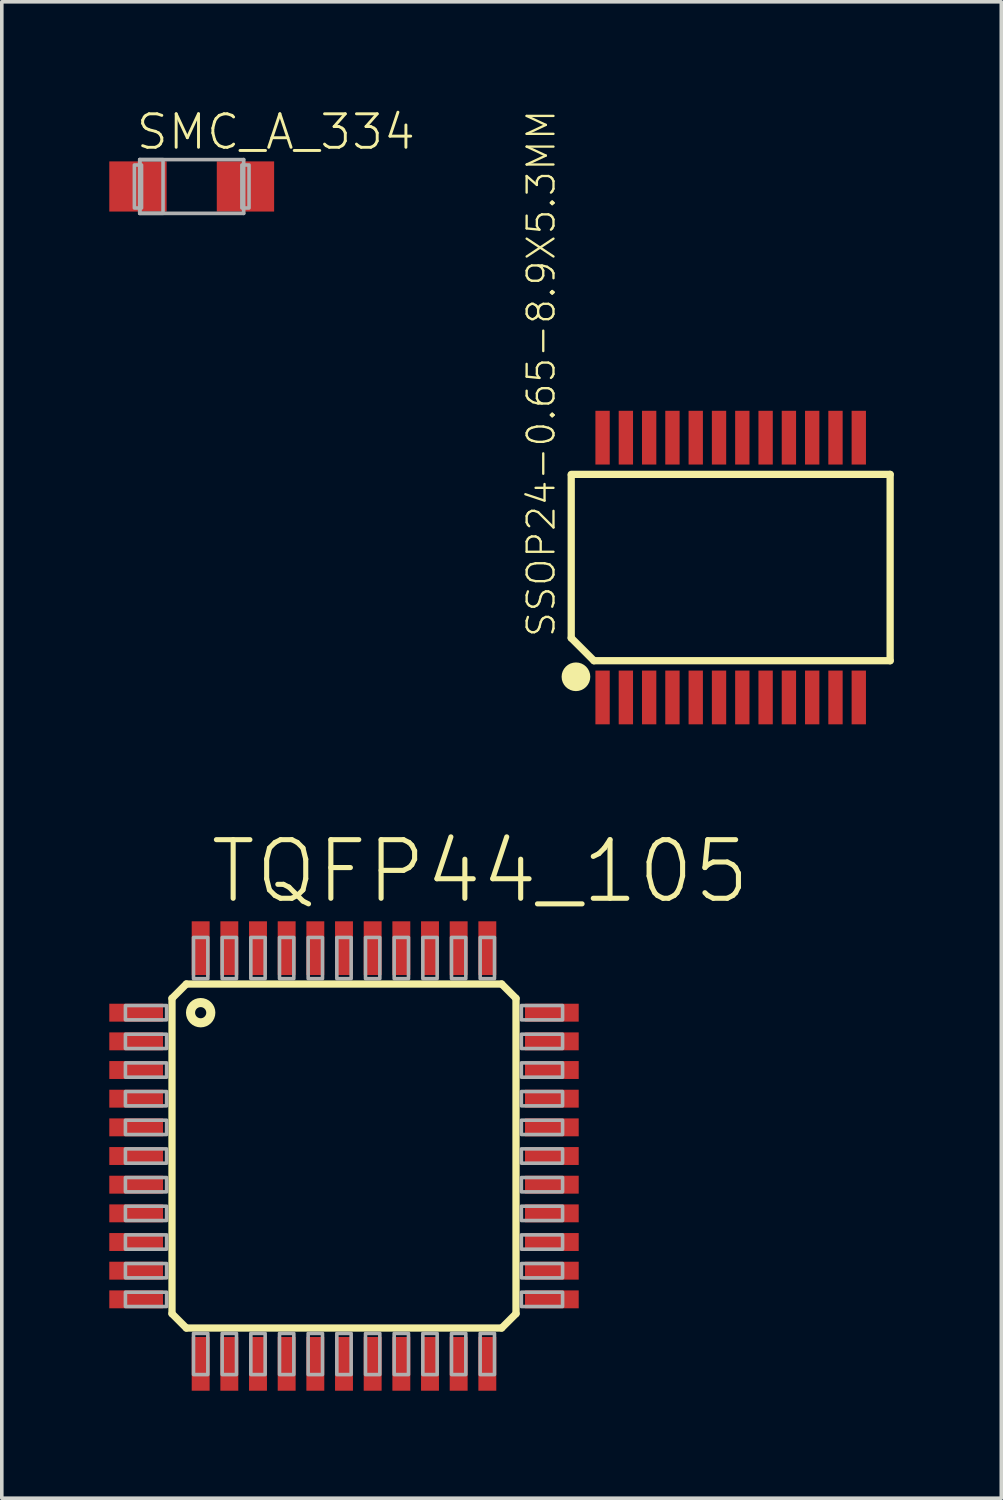
<source format=kicad_pcb>
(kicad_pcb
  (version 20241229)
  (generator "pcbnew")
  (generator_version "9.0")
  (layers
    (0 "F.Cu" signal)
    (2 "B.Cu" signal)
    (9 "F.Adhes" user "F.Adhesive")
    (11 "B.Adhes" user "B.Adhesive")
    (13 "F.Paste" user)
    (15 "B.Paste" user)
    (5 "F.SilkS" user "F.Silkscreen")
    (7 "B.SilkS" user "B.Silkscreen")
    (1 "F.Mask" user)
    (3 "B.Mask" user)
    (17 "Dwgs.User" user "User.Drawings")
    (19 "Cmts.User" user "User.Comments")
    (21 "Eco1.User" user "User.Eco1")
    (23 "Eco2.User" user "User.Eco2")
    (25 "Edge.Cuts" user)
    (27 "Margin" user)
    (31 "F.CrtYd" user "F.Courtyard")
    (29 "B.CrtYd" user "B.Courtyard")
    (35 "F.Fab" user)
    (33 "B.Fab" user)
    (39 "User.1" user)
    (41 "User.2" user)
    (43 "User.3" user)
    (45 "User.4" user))
  (footprint "SMC_A_334"
    (layer "F.Cu")
    (at 2.3 2.154)
    (property "Reference" "SMC_A_334" (at -1.6 -0.975 0) (unlocked yes) (layer "F.SilkS") (effects (font (size 0.935 0.935) (thickness 0.081)) (justify left bottom)))
    (fp_line (start -1.45 -0.75) (end 1.45 -0.75) (stroke (width 0.102) (type solid)) (layer "F.Fab"))
    (fp_line (start -1.45 0.75) (end -1.45 -0.75) (stroke (width 0.102) (type solid)) (layer "F.Fab"))
    (fp_line (start 1.45 -0.75) (end 1.45 0.75) (stroke (width 0.102) (type solid)) (layer "F.Fab"))
    (fp_line (start 1.45 0.75) (end -1.45 0.75) (stroke (width 0.102) (type solid)) (layer "F.Fab"))
    (fp_poly (pts (xy -1.6 0.6) (xy -1.4 0.6) (xy -1.4 -0.6) (xy -1.6 -0.6)) (stroke (width 0.1) (type default)) (fill no) (layer "F.Fab"))
    (fp_poly (pts (xy -1.45 0.75) (xy -0.8 0.75) (xy -0.8 -0.75) (xy -1.45 -0.75)) (stroke (width 0.1) (type default)) (fill no) (layer "F.Fab"))
    (fp_poly (pts (xy 1.6 -0.6) (xy 1.4 -0.6) (xy 1.4 0.6) (xy 1.6 0.6)) (stroke (width 0.1) (type default)) (fill no) (layer "F.Fab"))
    (pad "+" smd rect (at -1.5 0) (size 1.6 1.4) (layers "F.Cu" "F.Mask" "F.Paste"))
    (pad "-" smd rect (at 1.5 0 180) (size 1.6 1.4) (layers "F.Cu" "F.Mask" "F.Paste")))
  (footprint "TQFP44_105"
    (layer "F.Cu")
    (at 6.55 29.211)
    (property "Reference" "TQFP44_105" (at -3.81 -6.985 0) (unlocked yes) (layer "F.SilkS") (effects (font (size 1.636 1.636) (thickness 0.142)) (justify left bottom)))
    (fp_line (start -4.8 -4.4) (end -4.4 -4.8) (stroke (width 0.203) (type solid)) (layer "F.SilkS"))
    (fp_line (start -4.8 4.4) (end -4.8 -4.4) (stroke (width 0.203) (type solid)) (layer "F.SilkS"))
    (fp_line (start -4.4 -4.8) (end 4.4 -4.8) (stroke (width 0.203) (type solid)) (layer "F.SilkS"))
    (fp_line (start -4.4 4.8) (end -4.8 4.4) (stroke (width 0.203) (type solid)) (layer "F.SilkS"))
    (fp_line (start 4.4 -4.8) (end 4.8 -4.4) (stroke (width 0.203) (type solid)) (layer "F.SilkS"))
    (fp_line (start 4.4 4.8) (end -4.4 4.8) (stroke (width 0.203) (type solid)) (layer "F.SilkS"))
    (fp_line (start 4.8 -4.4) (end 4.8 4.4) (stroke (width 0.203) (type solid)) (layer "F.SilkS"))
    (fp_line (start 4.8 4.4) (end 4.4 4.8) (stroke (width 0.203) (type solid)) (layer "F.SilkS"))
    (fp_circle (center -4 -4) (end -3.717 -4) (stroke (width 0.254) (type solid)) (fill no) (layer "F.SilkS"))
    (fp_poly (pts (xy -6.1 -3.8) (xy -4.95 -3.8) (xy -4.95 -4.2) (xy -6.1 -4.2)) (stroke (width 0.1) (type default)) (fill no) (layer "F.Fab"))
    (fp_poly (pts (xy -6.1 -3) (xy -4.95 -3) (xy -4.95 -3.4) (xy -6.1 -3.4)) (stroke (width 0.1) (type default)) (fill no) (layer "F.Fab"))
    (fp_poly (pts (xy -6.1 -2.2) (xy -4.95 -2.2) (xy -4.95 -2.6) (xy -6.1 -2.6)) (stroke (width 0.1) (type default)) (fill no) (layer "F.Fab"))
    (fp_poly (pts (xy -6.1 -1.4) (xy -4.95 -1.4) (xy -4.95 -1.8) (xy -6.1 -1.8)) (stroke (width 0.1) (type default)) (fill no) (layer "F.Fab"))
    (fp_poly (pts (xy -6.1 -0.6) (xy -4.95 -0.6) (xy -4.95 -1) (xy -6.1 -1)) (stroke (width 0.1) (type default)) (fill no) (layer "F.Fab"))
    (fp_poly (pts (xy -6.1 0.2) (xy -4.95 0.2) (xy -4.95 -0.2) (xy -6.1 -0.2)) (stroke (width 0.1) (type default)) (fill no) (layer "F.Fab"))
    (fp_poly (pts (xy -6.1 1) (xy -4.95 1) (xy -4.95 0.6) (xy -6.1 0.6)) (stroke (width 0.1) (type default)) (fill no) (layer "F.Fab"))
    (fp_poly (pts (xy -6.1 1.8) (xy -4.95 1.8) (xy -4.95 1.4) (xy -6.1 1.4)) (stroke (width 0.1) (type default)) (fill no) (layer "F.Fab"))
    (fp_poly (pts (xy -6.1 2.6) (xy -4.95 2.6) (xy -4.95 2.2) (xy -6.1 2.2)) (stroke (width 0.1) (type default)) (fill no) (layer "F.Fab"))
    (fp_poly (pts (xy -6.1 3.4) (xy -4.95 3.4) (xy -4.95 3) (xy -6.1 3)) (stroke (width 0.1) (type default)) (fill no) (layer "F.Fab"))
    (fp_poly (pts (xy -6.1 4.2) (xy -4.95 4.2) (xy -4.95 3.8) (xy -6.1 3.8)) (stroke (width 0.1) (type default)) (fill no) (layer "F.Fab"))
    (fp_poly (pts (xy -4.2 -4.95) (xy -3.8 -4.95) (xy -3.8 -6.1) (xy -4.2 -6.1)) (stroke (width 0.1) (type default)) (fill no) (layer "F.Fab"))
    (fp_poly (pts (xy -4.2 6.1) (xy -3.8 6.1) (xy -3.8 4.95) (xy -4.2 4.95)) (stroke (width 0.1) (type default)) (fill no) (layer "F.Fab"))
    (fp_poly (pts (xy -3.4 -4.95) (xy -3 -4.95) (xy -3 -6.1) (xy -3.4 -6.1)) (stroke (width 0.1) (type default)) (fill no) (layer "F.Fab"))
    (fp_poly (pts (xy -3.4 6.1) (xy -3 6.1) (xy -3 4.95) (xy -3.4 4.95)) (stroke (width 0.1) (type default)) (fill no) (layer "F.Fab"))
    (fp_poly (pts (xy -2.6 -4.95) (xy -2.2 -4.95) (xy -2.2 -6.1) (xy -2.6 -6.1)) (stroke (width 0.1) (type default)) (fill no) (layer "F.Fab"))
    (fp_poly (pts (xy -2.6 6.1) (xy -2.2 6.1) (xy -2.2 4.95) (xy -2.6 4.95)) (stroke (width 0.1) (type default)) (fill no) (layer "F.Fab"))
    (fp_poly (pts (xy -1.8 -4.95) (xy -1.4 -4.95) (xy -1.4 -6.1) (xy -1.8 -6.1)) (stroke (width 0.1) (type default)) (fill no) (layer "F.Fab"))
    (fp_poly (pts (xy -1.8 6.1) (xy -1.4 6.1) (xy -1.4 4.95) (xy -1.8 4.95)) (stroke (width 0.1) (type default)) (fill no) (layer "F.Fab"))
    (fp_poly (pts (xy -1 -4.95) (xy -0.6 -4.95) (xy -0.6 -6.1) (xy -1 -6.1)) (stroke (width 0.1) (type default)) (fill no) (layer "F.Fab"))
    (fp_poly (pts (xy -1 6.1) (xy -0.6 6.1) (xy -0.6 4.95) (xy -1 4.95)) (stroke (width 0.1) (type default)) (fill no) (layer "F.Fab"))
    (fp_poly (pts (xy -0.2 -4.95) (xy 0.2 -4.95) (xy 0.2 -6.1) (xy -0.2 -6.1)) (stroke (width 0.1) (type default)) (fill no) (layer "F.Fab"))
    (fp_poly (pts (xy -0.2 6.1) (xy 0.2 6.1) (xy 0.2 4.95) (xy -0.2 4.95)) (stroke (width 0.1) (type default)) (fill no) (layer "F.Fab"))
    (fp_poly (pts (xy 0.6 -4.95) (xy 1 -4.95) (xy 1 -6.1) (xy 0.6 -6.1)) (stroke (width 0.1) (type default)) (fill no) (layer "F.Fab"))
    (fp_poly (pts (xy 0.6 6.1) (xy 1 6.1) (xy 1 4.95) (xy 0.6 4.95)) (stroke (width 0.1) (type default)) (fill no) (layer "F.Fab"))
    (fp_poly (pts (xy 1.4 -4.95) (xy 1.8 -4.95) (xy 1.8 -6.1) (xy 1.4 -6.1)) (stroke (width 0.1) (type default)) (fill no) (layer "F.Fab"))
    (fp_poly (pts (xy 1.4 6.1) (xy 1.8 6.1) (xy 1.8 4.95) (xy 1.4 4.95)) (stroke (width 0.1) (type default)) (fill no) (layer "F.Fab"))
    (fp_poly (pts (xy 2.2 -4.95) (xy 2.6 -4.95) (xy 2.6 -6.1) (xy 2.2 -6.1)) (stroke (width 0.1) (type default)) (fill no) (layer "F.Fab"))
    (fp_poly (pts (xy 2.2 6.1) (xy 2.6 6.1) (xy 2.6 4.95) (xy 2.2 4.95)) (stroke (width 0.1) (type default)) (fill no) (layer "F.Fab"))
    (fp_poly (pts (xy 3 -4.95) (xy 3.4 -4.95) (xy 3.4 -6.1) (xy 3 -6.1)) (stroke (width 0.1) (type default)) (fill no) (layer "F.Fab"))
    (fp_poly (pts (xy 3 6.1) (xy 3.4 6.1) (xy 3.4 4.95) (xy 3 4.95)) (stroke (width 0.1) (type default)) (fill no) (layer "F.Fab"))
    (fp_poly (pts (xy 3.8 -4.95) (xy 4.2 -4.95) (xy 4.2 -6.1) (xy 3.8 -6.1)) (stroke (width 0.1) (type default)) (fill no) (layer "F.Fab"))
    (fp_poly (pts (xy 3.8 6.1) (xy 4.2 6.1) (xy 4.2 4.95) (xy 3.8 4.95)) (stroke (width 0.1) (type default)) (fill no) (layer "F.Fab"))
    (fp_poly (pts (xy 4.95 -3.8) (xy 6.1 -3.8) (xy 6.1 -4.2) (xy 4.95 -4.2)) (stroke (width 0.1) (type default)) (fill no) (layer "F.Fab"))
    (fp_poly (pts (xy 4.95 -3) (xy 6.1 -3) (xy 6.1 -3.4) (xy 4.95 -3.4)) (stroke (width 0.1) (type default)) (fill no) (layer "F.Fab"))
    (fp_poly (pts (xy 4.95 -2.2) (xy 6.1 -2.2) (xy 6.1 -2.6) (xy 4.95 -2.6)) (stroke (width 0.1) (type default)) (fill no) (layer "F.Fab"))
    (fp_poly (pts (xy 4.95 -1.4) (xy 6.1 -1.4) (xy 6.1 -1.8) (xy 4.95 -1.8)) (stroke (width 0.1) (type default)) (fill no) (layer "F.Fab"))
    (fp_poly (pts (xy 4.95 -0.6) (xy 6.1 -0.6) (xy 6.1 -1) (xy 4.95 -1)) (stroke (width 0.1) (type default)) (fill no) (layer "F.Fab"))
    (fp_poly (pts (xy 4.95 0.2) (xy 6.1 0.2) (xy 6.1 -0.2) (xy 4.95 -0.2)) (stroke (width 0.1) (type default)) (fill no) (layer "F.Fab"))
    (fp_poly (pts (xy 4.95 1) (xy 6.1 1) (xy 6.1 0.6) (xy 4.95 0.6)) (stroke (width 0.1) (type default)) (fill no) (layer "F.Fab"))
    (fp_poly (pts (xy 4.95 1.8) (xy 6.1 1.8) (xy 6.1 1.4) (xy 4.95 1.4)) (stroke (width 0.1) (type default)) (fill no) (layer "F.Fab"))
    (fp_poly (pts (xy 4.95 2.6) (xy 6.1 2.6) (xy 6.1 2.2) (xy 4.95 2.2)) (stroke (width 0.1) (type default)) (fill no) (layer "F.Fab"))
    (fp_poly (pts (xy 4.95 3.4) (xy 6.1 3.4) (xy 6.1 3) (xy 4.95 3)) (stroke (width 0.1) (type default)) (fill no) (layer "F.Fab"))
    (fp_poly (pts (xy 4.95 4.2) (xy 6.1 4.2) (xy 6.1 3.8) (xy 4.95 3.8)) (stroke (width 0.1) (type default)) (fill no) (layer "F.Fab"))
    (pad "1" smd rect (at -5.8 -4) (size 1.5 0.5) (layers "F.Cu" "F.Mask" "F.Paste"))
    (pad "2" smd rect (at -5.8 -3.2) (size 1.5 0.5) (layers "F.Cu" "F.Mask" "F.Paste"))
    (pad "3" smd rect (at -5.8 -2.4) (size 1.5 0.5) (layers "F.Cu" "F.Mask" "F.Paste"))
    (pad "4" smd rect (at -5.8 -1.6) (size 1.5 0.5) (layers "F.Cu" "F.Mask" "F.Paste"))
    (pad "5" smd rect (at -5.8 -0.8) (size 1.5 0.5) (layers "F.Cu" "F.Mask" "F.Paste"))
    (pad "6" smd rect (at -5.8 0) (size 1.5 0.5) (layers "F.Cu" "F.Mask" "F.Paste"))
    (pad "7" smd rect (at -5.8 0.8) (size 1.5 0.5) (layers "F.Cu" "F.Mask" "F.Paste"))
    (pad "8" smd rect (at -5.8 1.6) (size 1.5 0.5) (layers "F.Cu" "F.Mask" "F.Paste"))
    (pad "9" smd rect (at -5.8 2.4) (size 1.5 0.5) (layers "F.Cu" "F.Mask" "F.Paste"))
    (pad "10" smd rect (at -5.8 3.2) (size 1.5 0.5) (layers "F.Cu" "F.Mask" "F.Paste"))
    (pad "11" smd rect (at -5.8 4) (size 1.5 0.5) (layers "F.Cu" "F.Mask" "F.Paste"))
    (pad "12" smd rect (at -4 5.8) (size 0.5 1.5) (layers "F.Cu" "F.Mask" "F.Paste"))
    (pad "13" smd rect (at -3.2 5.8) (size 0.5 1.5) (layers "F.Cu" "F.Mask" "F.Paste"))
    (pad "14" smd rect (at -2.4 5.8) (size 0.5 1.5) (layers "F.Cu" "F.Mask" "F.Paste"))
    (pad "15" smd rect (at -1.6 5.8) (size 0.5 1.5) (layers "F.Cu" "F.Mask" "F.Paste"))
    (pad "16" smd rect (at -0.8 5.8) (size 0.5 1.5) (layers "F.Cu" "F.Mask" "F.Paste"))
    (pad "17" smd rect (at 0 5.8) (size 0.5 1.5) (layers "F.Cu" "F.Mask" "F.Paste"))
    (pad "18" smd rect (at 0.8 5.8) (size 0.5 1.5) (layers "F.Cu" "F.Mask" "F.Paste"))
    (pad "19" smd rect (at 1.6 5.8) (size 0.5 1.5) (layers "F.Cu" "F.Mask" "F.Paste"))
    (pad "20" smd rect (at 2.4 5.8) (size 0.5 1.5) (layers "F.Cu" "F.Mask" "F.Paste"))
    (pad "21" smd rect (at 3.2 5.8) (size 0.5 1.5) (layers "F.Cu" "F.Mask" "F.Paste"))
    (pad "22" smd rect (at 4 5.8) (size 0.5 1.5) (layers "F.Cu" "F.Mask" "F.Paste"))
    (pad "23" smd rect (at 5.8 4) (size 1.5 0.5) (layers "F.Cu" "F.Mask" "F.Paste"))
    (pad "24" smd rect (at 5.8 3.2) (size 1.5 0.5) (layers "F.Cu" "F.Mask" "F.Paste"))
    (pad "25" smd rect (at 5.8 2.4) (size 1.5 0.5) (layers "F.Cu" "F.Mask" "F.Paste"))
    (pad "26" smd rect (at 5.8 1.6) (size 1.5 0.5) (layers "F.Cu" "F.Mask" "F.Paste"))
    (pad "27" smd rect (at 5.8 0.8) (size 1.5 0.5) (layers "F.Cu" "F.Mask" "F.Paste"))
    (pad "28" smd rect (at 5.8 0) (size 1.5 0.5) (layers "F.Cu" "F.Mask" "F.Paste"))
    (pad "29" smd rect (at 5.8 -0.8) (size 1.5 0.5) (layers "F.Cu" "F.Mask" "F.Paste"))
    (pad "30" smd rect (at 5.8 -1.6) (size 1.5 0.5) (layers "F.Cu" "F.Mask" "F.Paste"))
    (pad "31" smd rect (at 5.8 -2.4) (size 1.5 0.5) (layers "F.Cu" "F.Mask" "F.Paste"))
    (pad "32" smd rect (at 5.8 -3.2) (size 1.5 0.5) (layers "F.Cu" "F.Mask" "F.Paste"))
    (pad "33" smd rect (at 5.8 -4) (size 1.5 0.5) (layers "F.Cu" "F.Mask" "F.Paste"))
    (pad "34" smd rect (at 4 -5.8) (size 0.5 1.5) (layers "F.Cu" "F.Mask" "F.Paste"))
    (pad "35" smd rect (at 3.2 -5.8) (size 0.5 1.5) (layers "F.Cu" "F.Mask" "F.Paste"))
    (pad "36" smd rect (at 2.4 -5.8) (size 0.5 1.5) (layers "F.Cu" "F.Mask" "F.Paste"))
    (pad "37" smd rect (at 1.6 -5.8) (size 0.5 1.5) (layers "F.Cu" "F.Mask" "F.Paste"))
    (pad "38" smd rect (at 0.8 -5.8) (size 0.5 1.5) (layers "F.Cu" "F.Mask" "F.Paste"))
    (pad "39" smd rect (at 0 -5.8) (size 0.5 1.5) (layers "F.Cu" "F.Mask" "F.Paste"))
    (pad "40" smd rect (at -0.8 -5.8) (size 0.5 1.5) (layers "F.Cu" "F.Mask" "F.Paste"))
    (pad "41" smd rect (at -1.6 -5.8) (size 0.5 1.5) (layers "F.Cu" "F.Mask" "F.Paste"))
    (pad "42" smd rect (at -2.4 -5.8) (size 0.5 1.5) (layers "F.Cu" "F.Mask" "F.Paste"))
    (pad "43" smd rect (at -3.2 -5.8) (size 0.5 1.5) (layers "F.Cu" "F.Mask" "F.Paste"))
    (pad "44" smd rect (at -4 -5.8) (size 0.5 1.5) (layers "F.Cu" "F.Mask" "F.Paste")))
  (footprint "SSOP24-0.65-8.9X5.3MM"
    (layer "F.Cu")
    (at 17.341 12.789)
    (property "Reference" "SSOP24-0.65-8.9X5.3MM" (at -4.85 1.991 90) (unlocked yes) (layer "F.SilkS") (effects (font (size 0.749 0.749) (thickness 0.065)) (justify left bottom)))
    (fp_line (start -4.45 -2.575) (end -4.45 1.965) (stroke (width 0.203) (type solid)) (layer "F.SilkS"))
    (fp_line (start -4.45 1.965) (end -3.815 2.6) (stroke (width 0.203) (type solid)) (layer "F.SilkS"))
    (fp_line (start -3.815 2.6) (end 4.45 2.6) (stroke (width 0.203) (type solid)) (layer "F.SilkS"))
    (fp_line (start 4.45 -2.6) (end -4.45 -2.6) (stroke (width 0.203) (type solid)) (layer "F.SilkS"))
    (fp_line (start 4.45 2.6) (end 4.45 -2.6) (stroke (width 0.203) (type solid)) (layer "F.SilkS"))
    (fp_circle (center -4.318 3.048) (end -4.118 3.048) (stroke (width 0.4) (type solid)) (fill yes) (layer "F.SilkS"))
    (pad "1" smd rect (at -3.575 3.625) (size 0.4 1.5) (layers "F.Cu" "F.Mask" "F.Paste"))
    (pad "2" smd rect (at -2.925 3.625) (size 0.4 1.5) (layers "F.Cu" "F.Mask" "F.Paste"))
    (pad "3" smd rect (at -2.275 3.625) (size 0.4 1.5) (layers "F.Cu" "F.Mask" "F.Paste"))
    (pad "4" smd rect (at -1.625 3.625) (size 0.4 1.5) (layers "F.Cu" "F.Mask" "F.Paste"))
    (pad "5" smd rect (at -0.975 3.625) (size 0.4 1.5) (layers "F.Cu" "F.Mask" "F.Paste"))
    (pad "6" smd rect (at -0.325 3.625) (size 0.4 1.5) (layers "F.Cu" "F.Mask" "F.Paste"))
    (pad "7" smd rect (at 0.325 3.625) (size 0.4 1.5) (layers "F.Cu" "F.Mask" "F.Paste"))
    (pad "8" smd rect (at 0.975 3.625) (size 0.4 1.5) (layers "F.Cu" "F.Mask" "F.Paste"))
    (pad "9" smd rect (at 1.625 3.625) (size 0.4 1.5) (layers "F.Cu" "F.Mask" "F.Paste"))
    (pad "10" smd rect (at 2.275 3.625) (size 0.4 1.5) (layers "F.Cu" "F.Mask" "F.Paste"))
    (pad "11" smd rect (at 2.925 3.625) (size 0.4 1.5) (layers "F.Cu" "F.Mask" "F.Paste"))
    (pad "12" smd rect (at 3.575 3.625) (size 0.4 1.5) (layers "F.Cu" "F.Mask" "F.Paste"))
    (pad "13" smd rect (at 3.575 -3.625) (size 0.4 1.5) (layers "F.Cu" "F.Mask" "F.Paste"))
    (pad "14" smd rect (at 2.925 -3.625) (size 0.4 1.5) (layers "F.Cu" "F.Mask" "F.Paste"))
    (pad "15" smd rect (at 2.275 -3.625) (size 0.4 1.5) (layers "F.Cu" "F.Mask" "F.Paste"))
    (pad "16" smd rect (at 1.625 -3.625) (size 0.4 1.5) (layers "F.Cu" "F.Mask" "F.Paste"))
    (pad "17" smd rect (at 0.975 -3.625) (size 0.4 1.5) (layers "F.Cu" "F.Mask" "F.Paste"))
    (pad "18" smd rect (at 0.325 -3.625) (size 0.4 1.5) (layers "F.Cu" "F.Mask" "F.Paste"))
    (pad "19" smd rect (at -0.325 -3.625) (size 0.4 1.5) (layers "F.Cu" "F.Mask" "F.Paste"))
    (pad "20" smd rect (at -0.975 -3.625) (size 0.4 1.5) (layers "F.Cu" "F.Mask" "F.Paste"))
    (pad "21" smd rect (at -1.625 -3.625) (size 0.4 1.5) (layers "F.Cu" "F.Mask" "F.Paste"))
    (pad "22" smd rect (at -2.275 -3.625) (size 0.4 1.5) (layers "F.Cu" "F.Mask" "F.Paste"))
    (pad "23" smd rect (at -2.925 -3.625) (size 0.4 1.5) (layers "F.Cu" "F.Mask" "F.Paste"))
    (pad "24" smd rect (at -3.575 -3.625) (size 0.4 1.5) (layers "F.Cu" "F.Mask" "F.Paste")))
  (gr_rect
    (start -3 -3)
    (end 24.893 38.761)
    (stroke (width 0.1) (type default))
    (fill no)
    (layer "Edge.Cuts")))
</source>
